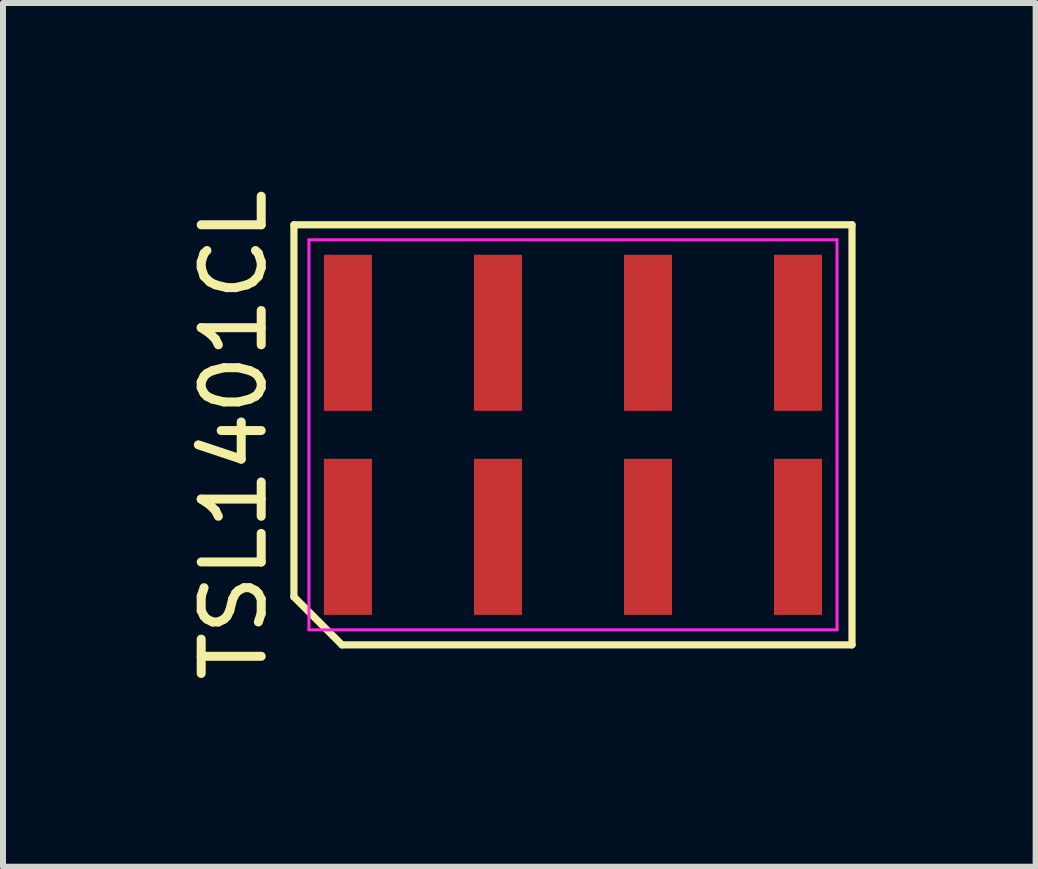
<source format=kicad_pcb>
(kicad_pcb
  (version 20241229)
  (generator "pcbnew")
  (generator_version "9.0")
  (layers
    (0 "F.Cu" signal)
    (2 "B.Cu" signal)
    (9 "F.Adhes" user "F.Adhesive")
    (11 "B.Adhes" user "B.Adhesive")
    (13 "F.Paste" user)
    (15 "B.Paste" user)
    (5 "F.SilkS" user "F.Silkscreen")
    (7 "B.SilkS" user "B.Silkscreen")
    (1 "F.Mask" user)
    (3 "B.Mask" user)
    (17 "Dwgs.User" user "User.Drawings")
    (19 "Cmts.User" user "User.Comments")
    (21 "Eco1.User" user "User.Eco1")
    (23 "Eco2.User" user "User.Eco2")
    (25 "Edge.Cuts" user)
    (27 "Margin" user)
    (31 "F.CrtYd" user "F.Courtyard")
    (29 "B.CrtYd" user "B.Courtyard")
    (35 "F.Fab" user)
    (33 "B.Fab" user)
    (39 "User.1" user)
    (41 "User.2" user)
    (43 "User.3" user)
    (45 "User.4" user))
  (footprint "TSL1401CL"
    (layer "F.Cu")
    (at 6.498 4.196)
    (property "Reference" "TSL1401CL" (at -5.65 0 90) (layer "F.SilkS") (effects (font (size 1 1) (thickness 0.15))))
    (attr smd)
    (fp_line (start -4.65 -3.5) (end 4.65 -3.5) (stroke (width 0.12) (type solid)) (layer "F.SilkS"))
    (fp_line (start -4.65 2.7) (end -4.65 -3.5) (stroke (width 0.12) (type solid)) (layer "F.SilkS"))
    (fp_line (start -3.85 3.5) (end -4.65 2.7) (stroke (width 0.12) (type solid)) (layer "F.SilkS"))
    (fp_line (start 4.65 -3.5) (end 4.65 3.5) (stroke (width 0.12) (type solid)) (layer "F.SilkS"))
    (fp_line (start 4.65 3.5) (end -3.85 3.5) (stroke (width 0.12) (type solid)) (layer "F.SilkS"))
    (fp_line (start -4.4 -3.25) (end 4.4 -3.25) (stroke (width 0.05) (type solid)) (layer "F.CrtYd"))
    (fp_line (start -4.4 3.25) (end -4.4 -3.25) (stroke (width 0.05) (type solid)) (layer "F.CrtYd"))
    (fp_line (start 4.4 -3.25) (end 4.4 3.25) (stroke (width 0.05) (type solid)) (layer "F.CrtYd"))
    (fp_line (start 4.4 3.25) (end -4.4 3.25) (stroke (width 0.05) (type solid)) (layer "F.CrtYd"))
    (pad "1" smd rect (at -3.75 1.7) (size 0.8 2.6) (layers "F.Cu" "F.Mask" "F.Paste"))
    (pad "2" smd rect (at -1.25 1.7) (size 0.8 2.6) (layers "F.Cu" "F.Mask" "F.Paste"))
    (pad "3" smd rect (at 1.25 1.7) (size 0.8 2.6) (layers "F.Cu" "F.Mask" "F.Paste"))
    (pad "4" smd rect (at 3.75 1.7) (size 0.8 2.6) (layers "F.Cu" "F.Mask" "F.Paste"))
    (pad "5" smd rect (at 3.75 -1.7) (size 0.8 2.6) (layers "F.Cu" "F.Mask" "F.Paste"))
    (pad "6" smd rect (at 1.25 -1.7) (size 0.8 2.6) (layers "F.Cu" "F.Mask" "F.Paste"))
    (pad "7" smd rect (at -1.25 -1.7) (size 0.8 2.6) (layers "F.Cu" "F.Mask" "F.Paste"))
    (pad "8" smd rect (at -3.75 -1.7) (size 0.8 2.6) (layers "F.Cu" "F.Mask" "F.Paste")))
  (gr_rect
    (start -3 -3)
    (end 14.208 11.393)
    (stroke (width 0.1) (type default))
    (fill no)
    (layer "Edge.Cuts")))
</source>
